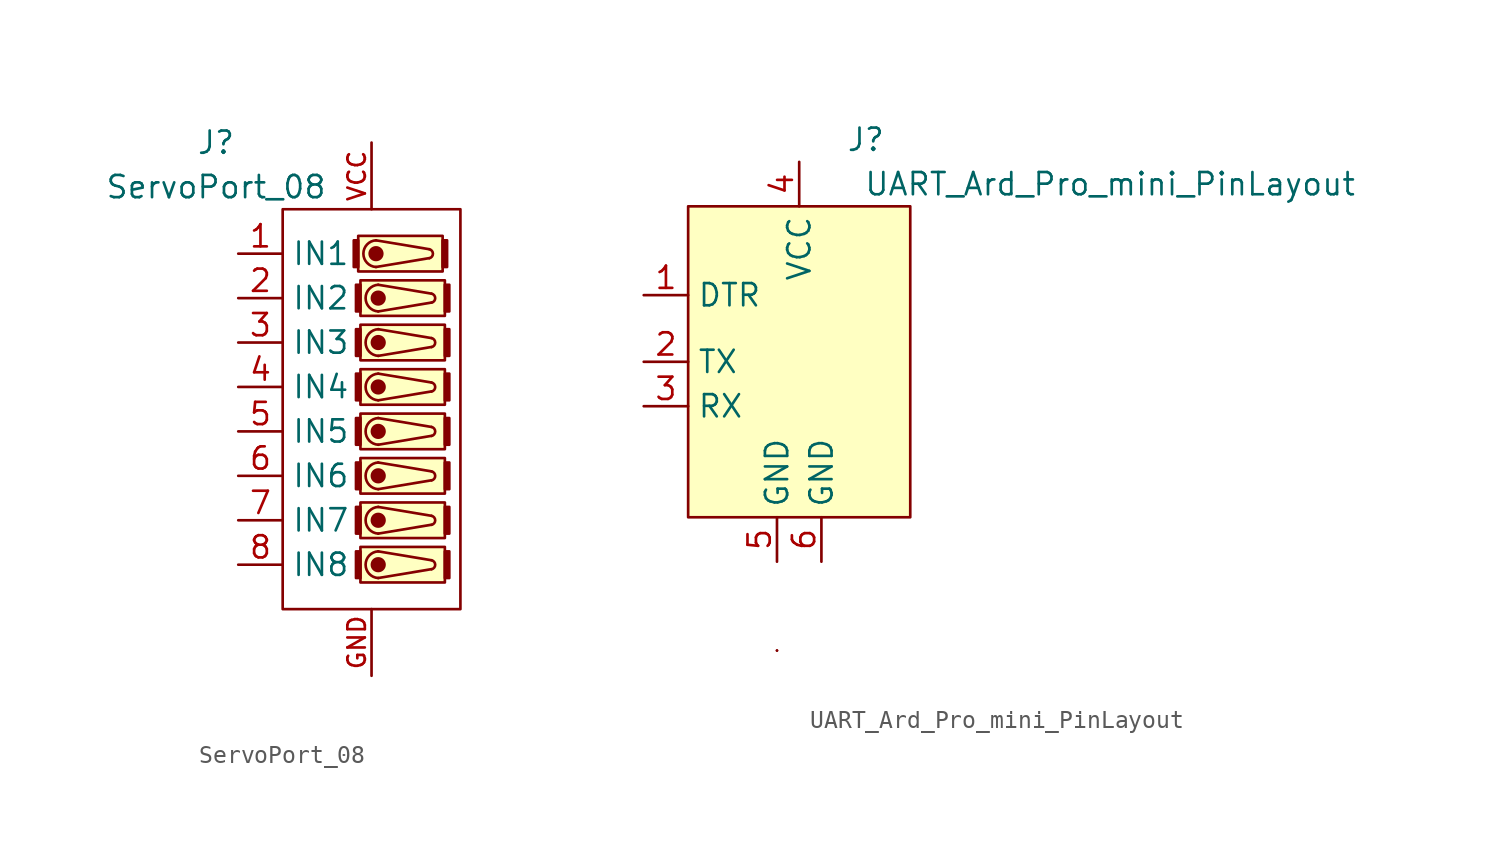
<source format=kicad_sym>
(kicad_symbol_lib
  (version 20220914)
  (generator kicad_symbol_editor)
  (symbol "ServoPort_08"
    (property "Reference" "J"
      (at -8.89 15.24 0)
      (effects (font (size 1.27 1.27))))
    (property "Value" "ServoPort_08"
      (at -8.89 12.7 0)
      (effects (font (size 1.27 1.27))))
    (symbol "ServoPort_08_0_1"
      (rectangle (start -5.08 11.43) (end 5.08 -11.43) (stroke (width 0) (type default)) (fill (type none)))
      (rectangle (start -0.762 9.652) (end -1.016 8.128) (stroke (width 0) (type default)) (fill (type outline)))
      (rectangle (start -0.762 9.906) (end 4.064 7.874) (stroke (width 0) (type default)) (fill (type background)))
      (rectangle (start -0.635 -8.128) (end -0.889 -9.652) (stroke (width 0) (type default)) (fill (type outline)))
      (rectangle (start -0.635 -7.874) (end 4.191 -9.906) (stroke (width 0) (type default)) (fill (type background)))
      (rectangle (start -0.635 -5.588) (end -0.889 -7.112) (stroke (width 0) (type default)) (fill (type outline)))
      (rectangle (start -0.635 -5.334) (end 4.191 -7.366) (stroke (width 0) (type default)) (fill (type background)))
      (rectangle (start -0.635 -3.048) (end -0.889 -4.572) (stroke (width 0) (type default)) (fill (type outline)))
      (rectangle (start -0.635 -2.794) (end 4.191 -4.826) (stroke (width 0) (type default)) (fill (type background)))
      (rectangle (start -0.635 -0.508) (end -0.889 -2.032) (stroke (width 0) (type default)) (fill (type outline)))
      (rectangle (start -0.635 -0.254) (end 4.191 -2.286) (stroke (width 0) (type default)) (fill (type background)))
      (rectangle (start -0.635 2.032) (end -0.889 0.508) (stroke (width 0) (type default)) (fill (type outline)))
      (rectangle (start -0.635 2.286) (end 4.191 0.254) (stroke (width 0) (type default)) (fill (type background)))
      (rectangle (start -0.635 4.572) (end -0.889 3.048) (stroke (width 0) (type default)) (fill (type outline)))
      (rectangle (start -0.635 4.826) (end 4.191 2.794) (stroke (width 0) (type default)) (fill (type background)))
      (rectangle (start -0.635 7.112) (end -0.889 5.588) (stroke (width 0) (type default)) (fill (type outline)))
      (rectangle (start -0.635 7.366) (end 4.191 5.334) (stroke (width 0) (type default)) (fill (type background)))
      (polyline (pts (xy 0.254 9.652) (xy 3.302 9.144)) (stroke (width 0) (type default)) (fill (type none)))
      (polyline (pts (xy 0.381 -8.128) (xy 3.429 -8.636)) (stroke (width 0) (type default)) (fill (type none)))
      (polyline (pts (xy 0.381 -5.588) (xy 3.429 -6.096)) (stroke (width 0) (type default)) (fill (type none)))
      (polyline (pts (xy 0.381 -3.048) (xy 3.429 -3.556)) (stroke (width 0) (type default)) (fill (type none)))
      (polyline (pts (xy 0.381 -0.508) (xy 3.429 -1.016)) (stroke (width 0) (type default)) (fill (type none)))
      (polyline (pts (xy 0.381 2.032) (xy 3.429 1.524)) (stroke (width 0) (type default)) (fill (type none)))
      (polyline (pts (xy 0.381 4.572) (xy 3.429 4.064)) (stroke (width 0) (type default)) (fill (type none)))
      (polyline (pts (xy 0.381 7.112) (xy 3.429 6.604)) (stroke (width 0) (type default)) (fill (type none)))
      (polyline (pts (xy 3.302 8.636) (xy 0.254 8.128)) (stroke (width 0) (type default)) (fill (type none)))
      (polyline (pts (xy 3.429 -9.144) (xy 0.381 -9.652)) (stroke (width 0) (type default)) (fill (type none)))
      (polyline (pts (xy 3.429 -6.604) (xy 0.381 -7.112)) (stroke (width 0) (type default)) (fill (type none)))
      (polyline (pts (xy 3.429 -4.064) (xy 0.381 -4.572)) (stroke (width 0) (type default)) (fill (type none)))
      (polyline (pts (xy 3.429 -1.524) (xy 0.381 -2.032)) (stroke (width 0) (type default)) (fill (type none)))
      (polyline (pts (xy 3.429 1.016) (xy 0.381 0.508)) (stroke (width 0) (type default)) (fill (type none)))
      (polyline (pts (xy 3.429 3.556) (xy 0.381 3.048)) (stroke (width 0) (type default)) (fill (type none)))
      (polyline (pts (xy 3.429 6.096) (xy 0.381 5.588)) (stroke (width 0) (type default)) (fill (type none)))
      (circle (center 0.254 8.89) (radius 0.359) (stroke (width 0) (type default)) (fill (type outline)))
      (arc (start 0.254 9.652) (mid -0.4664 8.89) (end 0.254 8.128) (stroke (width 0) (type default)) (fill (type none)))
      (circle (center 0.381 -8.89) (radius 0.359) (stroke (width 0) (type default)) (fill (type outline)))
      (arc (start 0.381 -8.128) (mid -0.3394 -8.89) (end 0.381 -9.652) (stroke (width 0) (type default)) (fill (type none)))
      (circle (center 0.381 -6.35) (radius 0.359) (stroke (width 0) (type default)) (fill (type outline)))
      (arc (start 0.381 -5.588) (mid -0.3394 -6.35) (end 0.381 -7.112) (stroke (width 0) (type default)) (fill (type none)))
      (circle (center 0.381 -3.81) (radius 0.359) (stroke (width 0) (type default)) (fill (type outline)))
      (arc (start 0.381 -3.048) (mid -0.3394 -3.81) (end 0.381 -4.572) (stroke (width 0) (type default)) (fill (type none)))
      (circle (center 0.381 -1.27) (radius 0.359) (stroke (width 0) (type default)) (fill (type outline)))
      (arc (start 0.381 -0.508) (mid -0.3394 -1.27) (end 0.381 -2.032) (stroke (width 0) (type default)) (fill (type none)))
      (circle (center 0.381 1.27) (radius 0.359) (stroke (width 0) (type default)) (fill (type outline)))
      (arc (start 0.381 2.032) (mid -0.3394 1.27) (end 0.381 0.508) (stroke (width 0) (type default)) (fill (type none)))
      (circle (center 0.381 3.81) (radius 0.359) (stroke (width 0) (type default)) (fill (type outline)))
      (arc (start 0.381 4.572) (mid -0.3394 3.81) (end 0.381 3.048) (stroke (width 0) (type default)) (fill (type none)))
      (circle (center 0.381 6.35) (radius 0.359) (stroke (width 0) (type default)) (fill (type outline)))
      (arc (start 0.381 7.112) (mid -0.3394 6.35) (end 0.381 5.588) (stroke (width 0) (type default)) (fill (type none)))
      (arc (start 3.302 8.636) (mid 3.5069 8.89) (end 3.302 9.144) (stroke (width 0) (type default)) (fill (type none)))
      (arc (start 3.429 -9.144) (mid 3.6339 -8.89) (end 3.429 -8.636) (stroke (width 0) (type default)) (fill (type none)))
      (arc (start 3.429 -6.604) (mid 3.6339 -6.35) (end 3.429 -6.096) (stroke (width 0) (type default)) (fill (type none)))
      (arc (start 3.429 -4.064) (mid 3.6339 -3.81) (end 3.429 -3.556) (stroke (width 0) (type default)) (fill (type none)))
      (arc (start 3.429 -1.524) (mid 3.6339 -1.27) (end 3.429 -1.016) (stroke (width 0) (type default)) (fill (type none)))
      (arc (start 3.429 1.016) (mid 3.6339 1.27) (end 3.429 1.524) (stroke (width 0) (type default)) (fill (type none)))
      (arc (start 3.429 3.556) (mid 3.6339 3.81) (end 3.429 4.064) (stroke (width 0) (type default)) (fill (type none)))
      (arc (start 3.429 6.096) (mid 3.6339 6.35) (end 3.429 6.604) (stroke (width 0) (type default)) (fill (type none)))
      (rectangle (start 4.064 9.652) (end 4.318 8.128) (stroke (width 0) (type default)) (fill (type outline)))
      (rectangle (start 4.191 -8.128) (end 4.445 -9.652) (stroke (width 0) (type default)) (fill (type outline)))
      (rectangle (start 4.191 -5.588) (end 4.445 -7.112) (stroke (width 0) (type default)) (fill (type outline)))
      (rectangle (start 4.191 -3.048) (end 4.445 -4.572) (stroke (width 0) (type default)) (fill (type outline)))
      (rectangle (start 4.191 -0.508) (end 4.445 -2.032) (stroke (width 0) (type default)) (fill (type outline)))
      (rectangle (start 4.191 2.032) (end 4.445 0.508) (stroke (width 0) (type default)) (fill (type outline)))
      (rectangle (start 4.191 4.572) (end 4.445 3.048) (stroke (width 0) (type default)) (fill (type outline)))
      (rectangle (start 4.191 7.112) (end 4.445 5.588) (stroke (width 0) (type default)) (fill (type outline))))
    (symbol "ServoPort_08_1_1"
      (pin input line (at -7.62 8.89 0) (length 2.54) (name "IN1" (effects (font (size 1.27 1.27)))) (number "1" (effects (font (size 1.27 1.27)))))
      (pin input line (at -7.62 6.35 0) (length 2.54) (name "IN2" (effects (font (size 1.27 1.27)))) (number "2" (effects (font (size 1.27 1.27)))))
      (pin input line (at -7.62 3.81 0) (length 2.54) (name "IN3" (effects (font (size 1.27 1.27)))) (number "3" (effects (font (size 1.27 1.27)))))
      (pin input line (at -7.62 1.27 0) (length 2.54) (name "IN4" (effects (font (size 1.27 1.27)))) (number "4" (effects (font (size 1.27 1.27)))))
      (pin input line (at -7.62 -1.27 0) (length 2.54) (name "IN5" (effects (font (size 1.27 1.27)))) (number "5" (effects (font (size 1.27 1.27)))))
      (pin input line (at -7.62 -3.81 0) (length 2.54) (name "IN6" (effects (font (size 1.27 1.27)))) (number "6" (effects (font (size 1.27 1.27)))))
      (pin input line (at -7.62 -6.35 0) (length 2.54) (name "IN7" (effects (font (size 1.27 1.27)))) (number "7" (effects (font (size 1.27 1.27)))))
      (pin input line (at -7.62 -8.89 0) (length 2.54) (name "IN8" (effects (font (size 1.27 1.27)))) (number "8" (effects (font (size 1.27 1.27)))))
      (pin power_in line (at 0 -15.24 90) (length 3.81) (name "" (effects (font (size 1 1)))) (number "GND" (effects (font (size 1 1)))))
      (pin power_in line (at 0 15.24 270) (length 3.81) (name "" (effects (font (size 1 1)))) (number "VCC" (effects (font (size 1 1)))))))
  (symbol "UART_Ard_Pro_mini_PinLayout"
    (property "Reference" "J"
      (at 3.81 12.7 0)
      (effects (font (size 1.27 1.27))))
    (property "Value" "UART_Ard_Pro_mini_PinLayout"
      (at 17.78 10.16 0)
      (effects (font (size 1.27 1.27))))
    (symbol "UART_Ard_Pro_mini_PinLayout_0_1"
      (rectangle (start -6.35 8.89) (end 6.35 -8.89) (stroke (width 0) (type default)) (fill (type background)))
      (rectangle (start -1.27 -16.51) (end -1.27 -16.51) (stroke (width 0) (type default)) (fill (type none)))
      (rectangle (start -1.27 -16.51) (end -1.27 -16.51) (stroke (width 0) (type default)) (fill (type none))))
    (symbol "UART_Ard_Pro_mini_PinLayout_1_1"
      (pin bidirectional line (at -8.89 3.81 0) (length 2.54) (name "DTR" (effects (font (size 1.27 1.27)))) (number "1" (effects (font (size 1.27 1.27)))))
      (pin output line (at -8.89 0 0) (length 2.54) (name "TX" (effects (font (size 1.27 1.27)))) (number "2" (effects (font (size 1.27 1.27)))))
      (pin input line (at -8.89 -2.54 0) (length 2.54) (name "RX" (effects (font (size 1.27 1.27)))) (number "3" (effects (font (size 1.27 1.27)))))
      (pin power_in line (at 0 11.43 270) (length 2.54) (name "VCC" (effects (font (size 1.27 1.27)))) (number "4" (effects (font (size 1.27 1.27)))))
      (pin power_in line (at -1.27 -11.43 90) (length 2.54) (name "GND" (effects (font (size 1.27 1.27)))) (number "5" (effects (font (size 1.27 1.27)))))
      (pin power_in line (at 1.27 -11.43 90) (length 2.54) (name "GND" (effects (font (size 1.27 1.27)))) (number "6" (effects (font (size 1.27 1.27))))))))
</source>
